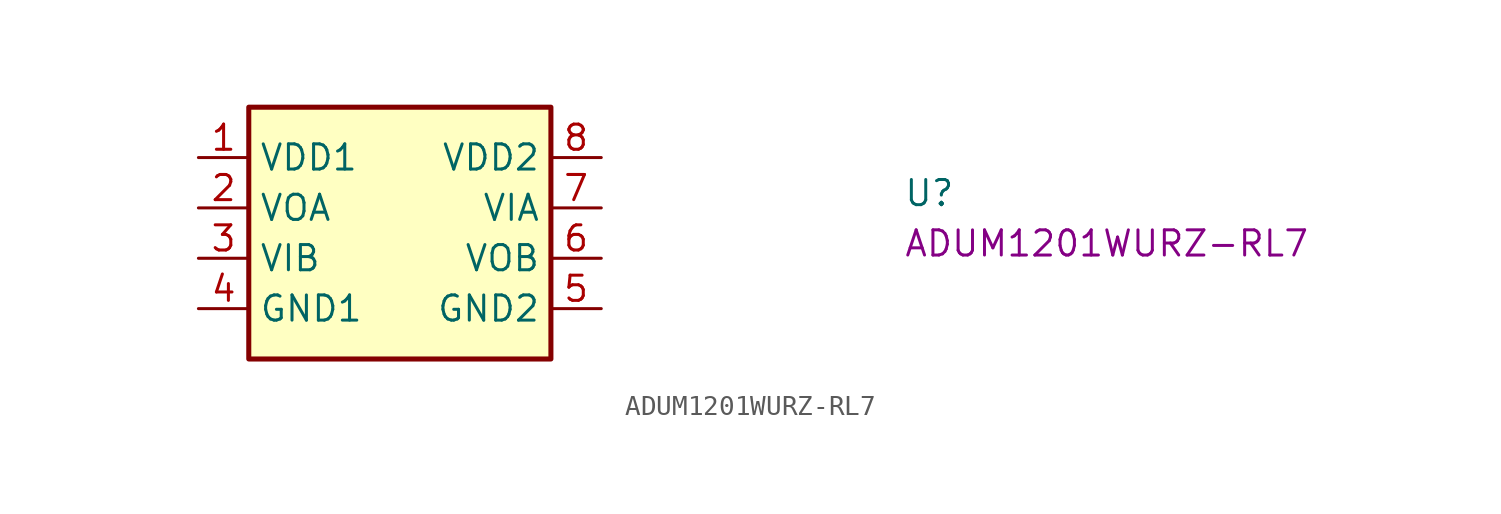
<source format=kicad_sym>
(kicad_symbol_lib
  (version 20220914)
  (generator kicad_symbol_editor)
  (symbol "ADUM1201WURZ-RL7"
    (property "Reference" "U"
      (at 35.56 -2.54 0)
      (effects (font (size 1.27 1.27) (thickness 0.15)) (justify left bottom)))
    (property "MPN" "ADUM1201WURZ-RL7"
      (at 35.56 -5.08 0)
      (effects (font (size 1.27 1.27) (thickness 0.15)) (justify left bottom)))
    (symbol "ADUM1201WURZ-RL7_1_1"
      (rectangle (start 2.54 2.54) (end 17.78 -10.16) (stroke (width 0.254) (type default)) (fill (type background)))
      (pin power_in line (at 0 0 0) (length 2.54) (name "VDD1" (effects (font (size 1.27 1.27)))) (number "1" (effects (font (size 1.27 1.27)))))
      (pin output line (at 0 -2.54 0) (length 2.54) (name "VOA" (effects (font (size 1.27 1.27)))) (number "2" (effects (font (size 1.27 1.27)))))
      (pin input line (at 0 -5.08 0) (length 2.54) (name "VIB" (effects (font (size 1.27 1.27)))) (number "3" (effects (font (size 1.27 1.27)))))
      (pin power_in line (at 0 -7.62 0) (length 2.54) (name "GND1" (effects (font (size 1.27 1.27)))) (number "4" (effects (font (size 1.27 1.27)))))
      (pin power_in line (at 20.32 -7.62 180) (length 2.54) (name "GND2" (effects (font (size 1.27 1.27)))) (number "5" (effects (font (size 1.27 1.27)))))
      (pin output line (at 20.32 -5.08 180) (length 2.54) (name "VOB" (effects (font (size 1.27 1.27)))) (number "6" (effects (font (size 1.27 1.27)))))
      (pin input line (at 20.32 -2.54 180) (length 2.54) (name "VIA" (effects (font (size 1.27 1.27)))) (number "7" (effects (font (size 1.27 1.27)))))
      (pin power_in line (at 20.32 0 180) (length 2.54) (name "VDD2" (effects (font (size 1.27 1.27)))) (number "8" (effects (font (size 1.27 1.27))))))))
</source>
